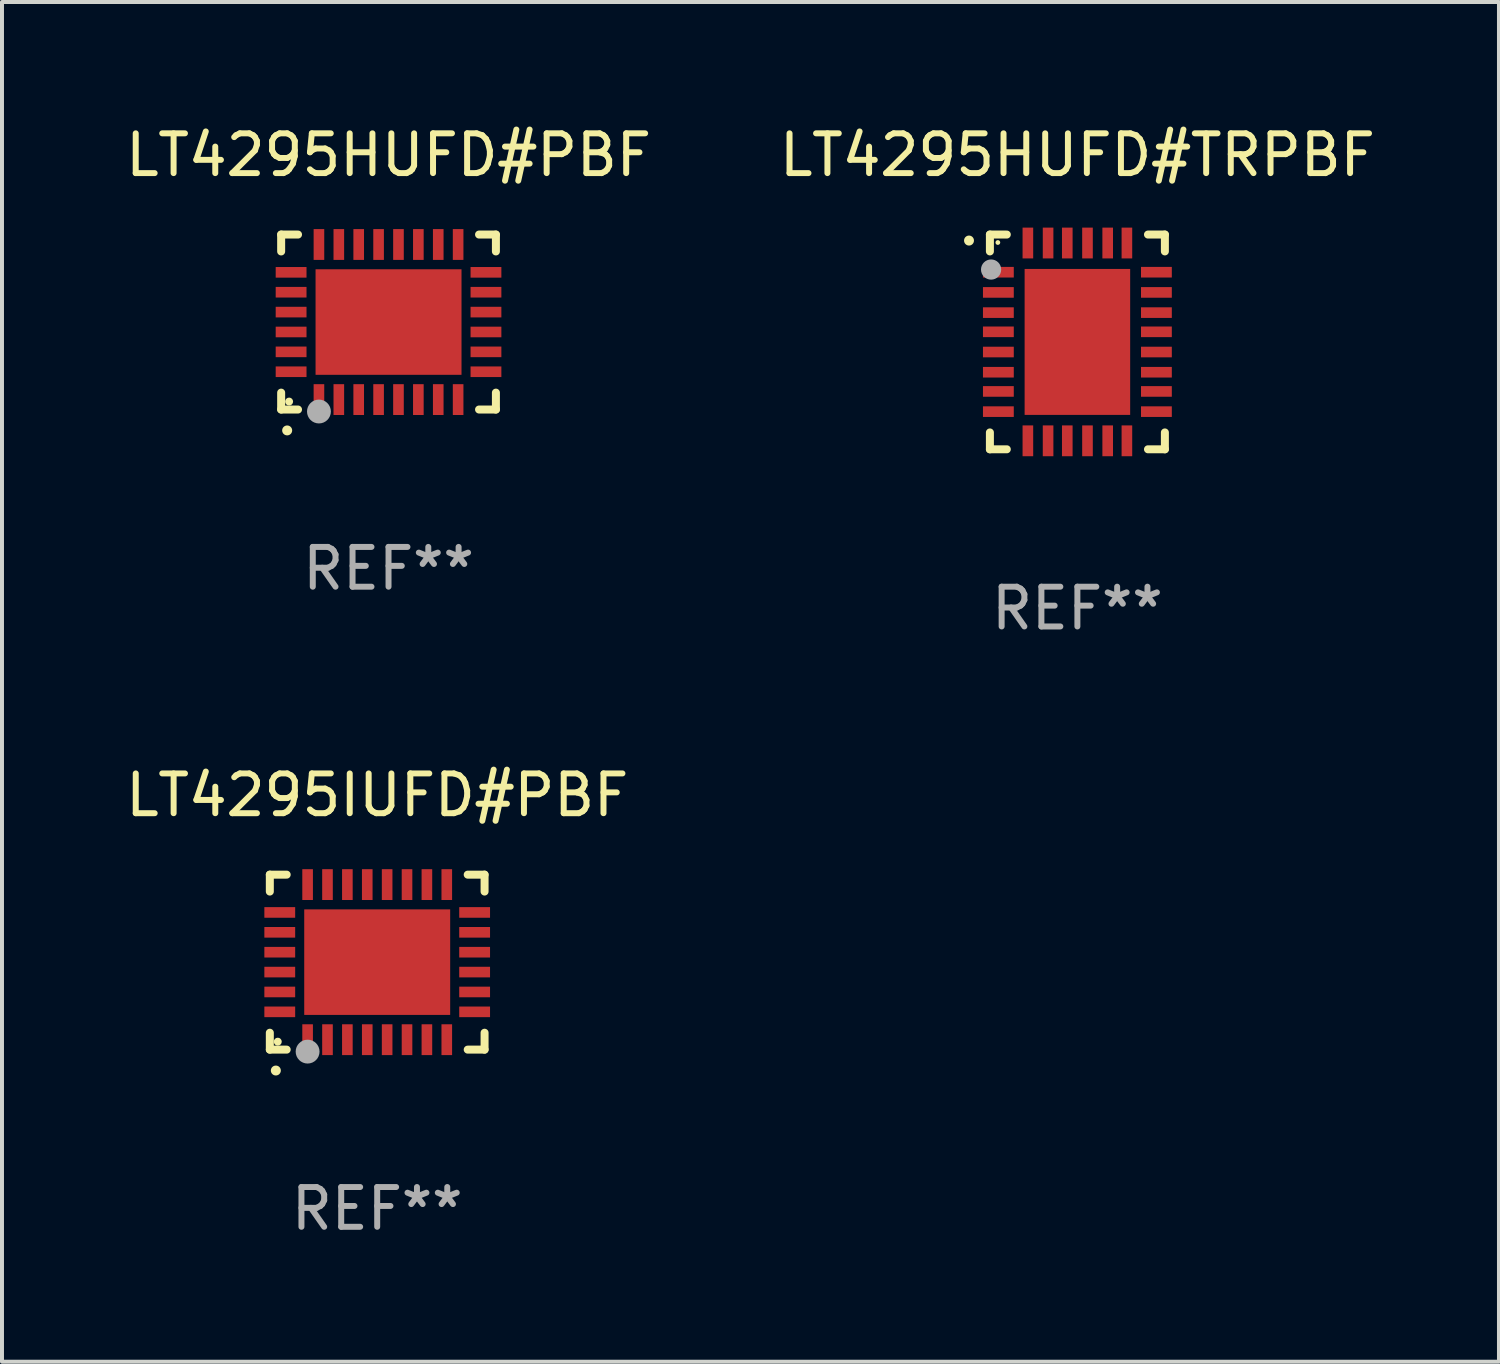
<source format=kicad_pcb>
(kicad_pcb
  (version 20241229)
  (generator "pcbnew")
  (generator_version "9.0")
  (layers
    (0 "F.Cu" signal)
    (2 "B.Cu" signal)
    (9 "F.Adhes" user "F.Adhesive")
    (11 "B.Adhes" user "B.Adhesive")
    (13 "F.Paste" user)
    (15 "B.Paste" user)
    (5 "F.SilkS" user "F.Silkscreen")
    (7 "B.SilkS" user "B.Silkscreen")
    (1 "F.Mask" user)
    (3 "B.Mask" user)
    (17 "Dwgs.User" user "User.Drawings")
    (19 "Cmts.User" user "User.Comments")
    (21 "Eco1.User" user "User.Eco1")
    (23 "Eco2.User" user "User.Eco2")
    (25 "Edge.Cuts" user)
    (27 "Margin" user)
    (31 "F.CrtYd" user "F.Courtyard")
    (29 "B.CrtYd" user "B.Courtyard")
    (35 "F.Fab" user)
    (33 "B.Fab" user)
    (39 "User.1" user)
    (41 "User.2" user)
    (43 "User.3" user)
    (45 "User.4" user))
  (footprint "LT4295HUFD#PBF"
    (layer "F.Cu")
    (at 6.72 5.048)
    (property "Reference" "LT4295HUFD#PBF" (at 0 -4.2 0) (layer "F.SilkS") (effects (font (size 1 1) (thickness 0.15))))
    (attr through_hole)
    (fp_line (start -2.7 -2.2) (end -2.276 -2.2) (stroke (width 0.201) (type solid)) (layer "F.SilkS"))
    (fp_line (start -2.7 -1.775) (end -2.7 -2.2) (stroke (width 0.201) (type solid)) (layer "F.SilkS"))
    (fp_line (start -2.7 2.2) (end -2.7 1.775) (stroke (width 0.201) (type solid)) (layer "F.SilkS"))
    (fp_line (start -2.276 2.2) (end -2.7 2.2) (stroke (width 0.201) (type solid)) (layer "F.SilkS"))
    (fp_line (start 2.276 2.2) (end 2.7 2.2) (stroke (width 0.201) (type solid)) (layer "F.SilkS"))
    (fp_line (start 2.7 -2.2) (end 2.276 -2.2) (stroke (width 0.201) (type solid)) (layer "F.SilkS"))
    (fp_line (start 2.7 -1.775) (end 2.7 -2.2) (stroke (width 0.201) (type solid)) (layer "F.SilkS"))
    (fp_line (start 2.7 2.2) (end 2.7 1.775) (stroke (width 0.201) (type solid)) (layer "F.SilkS"))
    (fp_arc (start -2.550165 2.725425) (mid -2.548895 2.725419) (end -2.547625 2.725425) (stroke (width 0.24892) (type solid)) (layer "F.SilkS"))
    (fp_circle (center -2.5 2) (end -2.45 2) (stroke (width 0.1) (type solid)) (fill no) (layer "F.SilkS"))
    (fp_circle (center -1.75 2.25) (end -1.6 2.25) (stroke (width 0.3) (type solid)) (fill no) (layer "F.Fab"))
    (fp_text user "REF**" (at 0 6.2 0) (layer "F.Fab") (effects (font (size 1 1) (thickness 0.15))))
    (pad "1" smd rect (at -1.75 1.95) (size 0.267 0.775) (layers "F.Cu" "F.Mask" "F.Paste"))
    (pad "2" smd rect (at -1.25 1.95) (size 0.267 0.775) (layers "F.Cu" "F.Mask" "F.Paste"))
    (pad "3" smd rect (at -0.75 1.95) (size 0.267 0.775) (layers "F.Cu" "F.Mask" "F.Paste"))
    (pad "4" smd rect (at -0.25 1.95) (size 0.267 0.775) (layers "F.Cu" "F.Mask" "F.Paste"))
    (pad "5" smd rect (at 0.25 1.95) (size 0.267 0.775) (layers "F.Cu" "F.Mask" "F.Paste"))
    (pad "6" smd rect (at 0.75 1.95) (size 0.267 0.775) (layers "F.Cu" "F.Mask" "F.Paste"))
    (pad "7" smd rect (at 1.25 1.95) (size 0.267 0.775) (layers "F.Cu" "F.Mask" "F.Paste"))
    (pad "8" smd rect (at 1.75 1.95) (size 0.267 0.775) (layers "F.Cu" "F.Mask" "F.Paste"))
    (pad "9" smd rect (at 2.45 1.25) (size 0.775 0.267) (layers "F.Cu" "F.Mask" "F.Paste"))
    (pad "10" smd rect (at 2.45 0.75) (size 0.775 0.267) (layers "F.Cu" "F.Mask" "F.Paste"))
    (pad "11" smd rect (at 2.45 0.25) (size 0.775 0.267) (layers "F.Cu" "F.Mask" "F.Paste"))
    (pad "12" smd rect (at 2.45 -0.25) (size 0.775 0.267) (layers "F.Cu" "F.Mask" "F.Paste"))
    (pad "13" smd rect (at 2.45 -0.75) (size 0.775 0.267) (layers "F.Cu" "F.Mask" "F.Paste"))
    (pad "14" smd rect (at 2.45 -1.25) (size 0.775 0.267) (layers "F.Cu" "F.Mask" "F.Paste"))
    (pad "15" smd rect (at 1.75 -1.95) (size 0.267 0.775) (layers "F.Cu" "F.Mask" "F.Paste"))
    (pad "16" smd rect (at 1.25 -1.95) (size 0.267 0.775) (layers "F.Cu" "F.Mask" "F.Paste"))
    (pad "17" smd rect (at 0.75 -1.95) (size 0.267 0.775) (layers "F.Cu" "F.Mask" "F.Paste"))
    (pad "18" smd rect (at 0.25 -1.95) (size 0.267 0.775) (layers "F.Cu" "F.Mask" "F.Paste"))
    (pad "19" smd rect (at -0.25 -1.95) (size 0.267 0.775) (layers "F.Cu" "F.Mask" "F.Paste"))
    (pad "20" smd rect (at -0.75 -1.95) (size 0.267 0.775) (layers "F.Cu" "F.Mask" "F.Paste"))
    (pad "21" smd rect (at -1.25 -1.95) (size 0.267 0.775) (layers "F.Cu" "F.Mask" "F.Paste"))
    (pad "22" smd rect (at -1.75 -1.95) (size 0.267 0.775) (layers "F.Cu" "F.Mask" "F.Paste"))
    (pad "23" smd rect (at -2.45 -1.25) (size 0.775 0.267) (layers "F.Cu" "F.Mask" "F.Paste"))
    (pad "24" smd rect (at -2.45 -0.75) (size 0.775 0.267) (layers "F.Cu" "F.Mask" "F.Paste"))
    (pad "25" smd rect (at -2.45 -0.25) (size 0.775 0.267) (layers "F.Cu" "F.Mask" "F.Paste"))
    (pad "26" smd rect (at -2.45 0.25) (size 0.775 0.267) (layers "F.Cu" "F.Mask" "F.Paste"))
    (pad "27" smd rect (at -2.45 0.75) (size 0.775 0.267) (layers "F.Cu" "F.Mask" "F.Paste"))
    (pad "28" smd rect (at -2.45 1.25) (size 0.775 0.267) (layers "F.Cu" "F.Mask" "F.Paste"))
    (pad "29" smd rect (at 0.000127 0.000127) (size 3.67 2.654) (layers "F.Cu" "F.Mask" "F.Paste")))
  (footprint "LT4295HUFD#TRPBF"
    (layer "F.Cu")
    (at 24.042 5.548)
    (property "Reference" "LT4295HUFD#TRPBF" (at 0 -4.7 0) (layer "F.SilkS") (effects (font (size 1 1) (thickness 0.15))))
    (attr through_hole)
    (fp_line (start -2.2 -2.7) (end -1.775 -2.7) (stroke (width 0.201) (type solid)) (layer "F.SilkS"))
    (fp_line (start -2.2 -2.276) (end -2.2 -2.7) (stroke (width 0.201) (type solid)) (layer "F.SilkS"))
    (fp_line (start -2.2 2.276) (end -2.2 2.7) (stroke (width 0.201) (type solid)) (layer "F.SilkS"))
    (fp_line (start -2.2 2.7) (end -1.775 2.7) (stroke (width 0.201) (type solid)) (layer "F.SilkS"))
    (fp_line (start 1.775 -2.7) (end 2.2 -2.7) (stroke (width 0.201) (type solid)) (layer "F.SilkS"))
    (fp_line (start 1.775 2.7) (end 2.2 2.7) (stroke (width 0.201) (type solid)) (layer "F.SilkS"))
    (fp_line (start 2.2 -2.7) (end 2.2 -2.276) (stroke (width 0.201) (type solid)) (layer "F.SilkS"))
    (fp_line (start 2.2 2.7) (end 2.2 2.276) (stroke (width 0.201) (type solid)) (layer "F.SilkS"))
    (fp_arc (start -2.725425 -2.547625) (mid -2.725431 -2.548895) (end -2.725425 -2.550165) (stroke (width 0.24892) (type solid)) (layer "F.SilkS"))
    (fp_circle (center -2 -2.5) (end -1.97 -2.5) (stroke (width 0.06) (type solid)) (fill no) (layer "F.SilkS"))
    (fp_circle (center -2.17 -1.82) (end -2.043 -1.82) (stroke (width 0.254) (type solid)) (fill no) (layer "F.Fab"))
    (fp_text user "REF**" (at 0 6.7 0) (layer "F.Fab") (effects (font (size 1 1) (thickness 0.15))))
    (pad "1" smd rect (at -1.987 -1.753 90) (size 0.267 0.775) (layers "F.Cu" "F.Mask" "F.Paste"))
    (pad "2" smd rect (at -1.987 -1.245 90) (size 0.267 0.775) (layers "F.Cu" "F.Mask" "F.Paste"))
    (pad "3" smd rect (at -1.987 -0.737 90) (size 0.267 0.775) (layers "F.Cu" "F.Mask" "F.Paste"))
    (pad "4" smd rect (at -1.987 -0.254 90) (size 0.267 0.775) (layers "F.Cu" "F.Mask" "F.Paste"))
    (pad "5" smd rect (at -1.987 0.254 90) (size 0.267 0.775) (layers "F.Cu" "F.Mask" "F.Paste"))
    (pad "6" smd rect (at -1.987 0.762 90) (size 0.267 0.775) (layers "F.Cu" "F.Mask" "F.Paste"))
    (pad "7" smd rect (at -1.987 1.245 90) (size 0.267 0.775) (layers "F.Cu" "F.Mask" "F.Paste"))
    (pad "8" smd rect (at -1.987 1.753 90) (size 0.267 0.775) (layers "F.Cu" "F.Mask" "F.Paste"))
    (pad "9" smd rect (at -1.245 2.487) (size 0.267 0.775) (layers "F.Cu" "F.Mask" "F.Paste"))
    (pad "10" smd rect (at -0.737 2.487) (size 0.267 0.775) (layers "F.Cu" "F.Mask" "F.Paste"))
    (pad "11" smd rect (at -0.254 2.487) (size 0.267 0.775) (layers "F.Cu" "F.Mask" "F.Paste"))
    (pad "12" smd rect (at 0.254 2.487) (size 0.267 0.775) (layers "F.Cu" "F.Mask" "F.Paste"))
    (pad "13" smd rect (at 0.762 2.487) (size 0.267 0.775) (layers "F.Cu" "F.Mask" "F.Paste"))
    (pad "14" smd rect (at 1.245 2.487) (size 0.267 0.775) (layers "F.Cu" "F.Mask" "F.Paste"))
    (pad "15" smd rect (at 1.987 1.753 90) (size 0.267 0.775) (layers "F.Cu" "F.Mask" "F.Paste"))
    (pad "16" smd rect (at 1.987 1.245 90) (size 0.267 0.775) (layers "F.Cu" "F.Mask" "F.Paste"))
    (pad "17" smd rect (at 1.987 0.762 90) (size 0.267 0.775) (layers "F.Cu" "F.Mask" "F.Paste"))
    (pad "18" smd rect (at 1.987 0.254 90) (size 0.267 0.775) (layers "F.Cu" "F.Mask" "F.Paste"))
    (pad "19" smd rect (at 1.987 -0.254 90) (size 0.267 0.775) (layers "F.Cu" "F.Mask" "F.Paste"))
    (pad "20" smd rect (at 1.987 -0.737 90) (size 0.267 0.775) (layers "F.Cu" "F.Mask" "F.Paste"))
    (pad "21" smd rect (at 1.987 -1.245 90) (size 0.267 0.775) (layers "F.Cu" "F.Mask" "F.Paste"))
    (pad "22" smd rect (at 1.987 -1.753 90) (size 0.267 0.775) (layers "F.Cu" "F.Mask" "F.Paste"))
    (pad "23" smd rect (at 1.245 -2.487) (size 0.267 0.775) (layers "F.Cu" "F.Mask" "F.Paste"))
    (pad "24" smd rect (at 0.762 -2.487) (size 0.267 0.775) (layers "F.Cu" "F.Mask" "F.Paste"))
    (pad "25" smd rect (at 0.254 -2.487) (size 0.267 0.775) (layers "F.Cu" "F.Mask" "F.Paste"))
    (pad "26" smd rect (at -0.254 -2.487) (size 0.267 0.775) (layers "F.Cu" "F.Mask" "F.Paste"))
    (pad "27" smd rect (at -0.737 -2.487) (size 0.267 0.775) (layers "F.Cu" "F.Mask" "F.Paste"))
    (pad "28" smd rect (at -1.245 -2.487) (size 0.267 0.775) (layers "F.Cu" "F.Mask" "F.Paste"))
    (pad "29" smd rect (at 0.000102 -0.000051) (size 2.654 3.67) (layers "F.Cu" "F.Mask" "F.Paste")))
  (footprint "LT4295IUFD#PBF"
    (layer "F.Cu")
    (at 6.435 21.144)
    (property "Reference" "LT4295IUFD#PBF" (at 0 -4.2 0) (layer "F.SilkS") (effects (font (size 1 1) (thickness 0.15))))
    (attr through_hole)
    (fp_line (start -2.7 -2.2) (end -2.276 -2.2) (stroke (width 0.201) (type solid)) (layer "F.SilkS"))
    (fp_line (start -2.7 -1.775) (end -2.7 -2.2) (stroke (width 0.201) (type solid)) (layer "F.SilkS"))
    (fp_line (start -2.7 2.2) (end -2.7 1.775) (stroke (width 0.201) (type solid)) (layer "F.SilkS"))
    (fp_line (start -2.276 2.2) (end -2.7 2.2) (stroke (width 0.201) (type solid)) (layer "F.SilkS"))
    (fp_line (start 2.276 2.2) (end 2.7 2.2) (stroke (width 0.201) (type solid)) (layer "F.SilkS"))
    (fp_line (start 2.7 -2.2) (end 2.276 -2.2) (stroke (width 0.201) (type solid)) (layer "F.SilkS"))
    (fp_line (start 2.7 -1.775) (end 2.7 -2.2) (stroke (width 0.201) (type solid)) (layer "F.SilkS"))
    (fp_line (start 2.7 2.2) (end 2.7 1.775) (stroke (width 0.201) (type solid)) (layer "F.SilkS"))
    (fp_arc (start -2.550165 2.725425) (mid -2.548895 2.725419) (end -2.547625 2.725425) (stroke (width 0.24892) (type solid)) (layer "F.SilkS"))
    (fp_circle (center -2.5 2) (end -2.45 2) (stroke (width 0.1) (type solid)) (fill no) (layer "F.SilkS"))
    (fp_circle (center -1.75 2.25) (end -1.6 2.25) (stroke (width 0.3) (type solid)) (fill no) (layer "F.Fab"))
    (fp_text user "REF**" (at 0 6.2 0) (layer "F.Fab") (effects (font (size 1 1) (thickness 0.15))))
    (pad "1" smd rect (at -1.75 1.95) (size 0.267 0.775) (layers "F.Cu" "F.Mask" "F.Paste"))
    (pad "2" smd rect (at -1.25 1.95) (size 0.267 0.775) (layers "F.Cu" "F.Mask" "F.Paste"))
    (pad "3" smd rect (at -0.75 1.95) (size 0.267 0.775) (layers "F.Cu" "F.Mask" "F.Paste"))
    (pad "4" smd rect (at -0.25 1.95) (size 0.267 0.775) (layers "F.Cu" "F.Mask" "F.Paste"))
    (pad "5" smd rect (at 0.25 1.95) (size 0.267 0.775) (layers "F.Cu" "F.Mask" "F.Paste"))
    (pad "6" smd rect (at 0.75 1.95) (size 0.267 0.775) (layers "F.Cu" "F.Mask" "F.Paste"))
    (pad "7" smd rect (at 1.25 1.95) (size 0.267 0.775) (layers "F.Cu" "F.Mask" "F.Paste"))
    (pad "8" smd rect (at 1.75 1.95) (size 0.267 0.775) (layers "F.Cu" "F.Mask" "F.Paste"))
    (pad "9" smd rect (at 2.45 1.25) (size 0.775 0.267) (layers "F.Cu" "F.Mask" "F.Paste"))
    (pad "10" smd rect (at 2.45 0.75) (size 0.775 0.267) (layers "F.Cu" "F.Mask" "F.Paste"))
    (pad "11" smd rect (at 2.45 0.25) (size 0.775 0.267) (layers "F.Cu" "F.Mask" "F.Paste"))
    (pad "12" smd rect (at 2.45 -0.25) (size 0.775 0.267) (layers "F.Cu" "F.Mask" "F.Paste"))
    (pad "13" smd rect (at 2.45 -0.75) (size 0.775 0.267) (layers "F.Cu" "F.Mask" "F.Paste"))
    (pad "14" smd rect (at 2.45 -1.25) (size 0.775 0.267) (layers "F.Cu" "F.Mask" "F.Paste"))
    (pad "15" smd rect (at 1.75 -1.95) (size 0.267 0.775) (layers "F.Cu" "F.Mask" "F.Paste"))
    (pad "16" smd rect (at 1.25 -1.95) (size 0.267 0.775) (layers "F.Cu" "F.Mask" "F.Paste"))
    (pad "17" smd rect (at 0.75 -1.95) (size 0.267 0.775) (layers "F.Cu" "F.Mask" "F.Paste"))
    (pad "18" smd rect (at 0.25 -1.95) (size 0.267 0.775) (layers "F.Cu" "F.Mask" "F.Paste"))
    (pad "19" smd rect (at -0.25 -1.95) (size 0.267 0.775) (layers "F.Cu" "F.Mask" "F.Paste"))
    (pad "20" smd rect (at -0.75 -1.95) (size 0.267 0.775) (layers "F.Cu" "F.Mask" "F.Paste"))
    (pad "21" smd rect (at -1.25 -1.95) (size 0.267 0.775) (layers "F.Cu" "F.Mask" "F.Paste"))
    (pad "22" smd rect (at -1.75 -1.95) (size 0.267 0.775) (layers "F.Cu" "F.Mask" "F.Paste"))
    (pad "23" smd rect (at -2.45 -1.25) (size 0.775 0.267) (layers "F.Cu" "F.Mask" "F.Paste"))
    (pad "24" smd rect (at -2.45 -0.75) (size 0.775 0.267) (layers "F.Cu" "F.Mask" "F.Paste"))
    (pad "25" smd rect (at -2.45 -0.25) (size 0.775 0.267) (layers "F.Cu" "F.Mask" "F.Paste"))
    (pad "26" smd rect (at -2.45 0.25) (size 0.775 0.267) (layers "F.Cu" "F.Mask" "F.Paste"))
    (pad "27" smd rect (at -2.45 0.75) (size 0.775 0.267) (layers "F.Cu" "F.Mask" "F.Paste"))
    (pad "28" smd rect (at -2.45 1.25) (size 0.775 0.267) (layers "F.Cu" "F.Mask" "F.Paste"))
    (pad "29" smd rect (at 0.000127 0.000127) (size 3.67 2.654) (layers "F.Cu" "F.Mask" "F.Paste")))
  (gr_rect
    (start -3 -3)
    (end 34.643 31.192)
    (stroke (width 0.1) (type default))
    (fill no)
    (layer "Edge.Cuts")))
</source>
